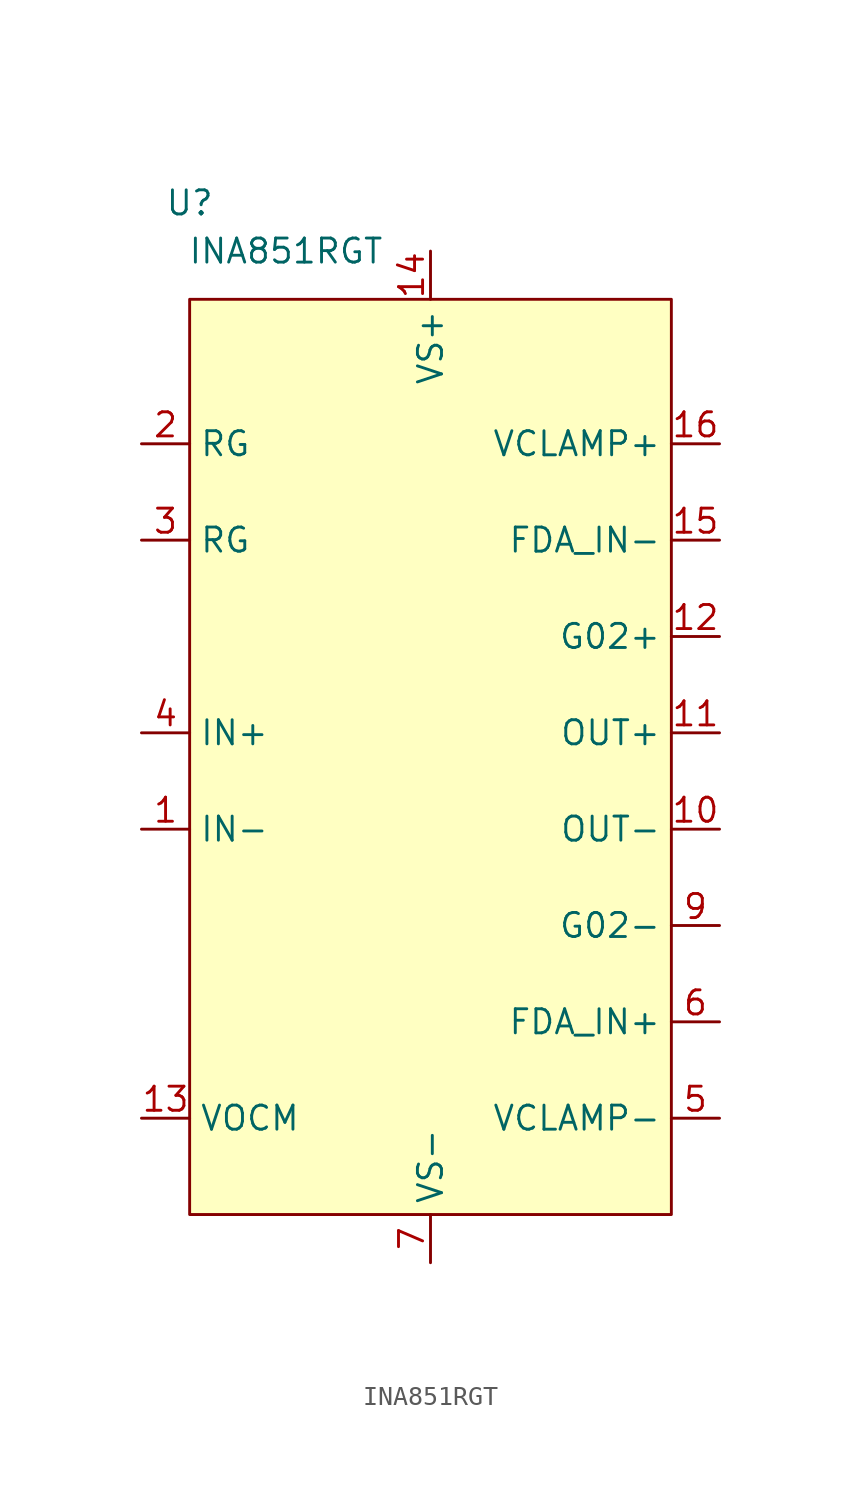
<source format=kicad_sym>
(kicad_symbol_lib
  (version 20231120)
  (generator "kicad_symbol_editor")
  (generator_version "8.0")
  (symbol "INA851RGT"
    (property "Reference" "U"
      (at -12.7 30.48 0)
      (effects (font (size 1.27 1.27))))
    (property "Value" "INA851RGT"
      (at -7.62 27.94 0)
      (effects (font (size 1.27 1.27))))
    (symbol "INA851RGT_0_0"
      (pin input line (at -15.24 -2.54 0) (length 2.54) (name "IN-" (effects (font (size 1.27 1.27)))) (number "1" (effects (font (size 1.27 1.27)))))
      (pin output line (at 15.24 -2.54 180) (length 2.54) (name "OUT-" (effects (font (size 1.27 1.27)))) (number "10" (effects (font (size 1.27 1.27)))))
      (pin output line (at 15.24 2.54 180) (length 2.54) (name "OUT+" (effects (font (size 1.27 1.27)))) (number "11" (effects (font (size 1.27 1.27)))))
      (pin passive line (at 15.24 7.62 180) (length 2.54) (name "G02+" (effects (font (size 1.27 1.27)))) (number "12" (effects (font (size 1.27 1.27)))))
      (pin input line (at -15.24 -17.78 0) (length 2.54) (name "VOCM" (effects (font (size 1.27 1.27)))) (number "13" (effects (font (size 1.27 1.27)))))
      (pin power_in line (at 0 27.94 270) (length 2.54) (name "VS+" (effects (font (size 1.27 1.27)))) (number "14" (effects (font (size 1.27 1.27)))))
      (pin input line (at 15.24 12.7 180) (length 2.54) (name "FDA_IN-" (effects (font (size 1.27 1.27)))) (number "15" (effects (font (size 1.27 1.27)))))
      (pin input line (at 15.24 17.78 180) (length 2.54) (name "VCLAMP+" (effects (font (size 1.27 1.27)))) (number "16" (effects (font (size 1.27 1.27)))))
      (pin passive line (at 0 -25.4 90) (length 2.54) hide (name "EP" (effects (font (size 1.27 1.27)))) (number "17" (effects (font (size 1.27 1.27)))))
      (pin passive line (at -15.24 17.78 0) (length 2.54) (name "RG" (effects (font (size 1.27 1.27)))) (number "2" (effects (font (size 1.27 1.27)))))
      (pin passive line (at -15.24 12.7 0) (length 2.54) (name "RG" (effects (font (size 1.27 1.27)))) (number "3" (effects (font (size 1.27 1.27)))))
      (pin input line (at -15.24 2.54 0) (length 2.54) (name "IN+" (effects (font (size 1.27 1.27)))) (number "4" (effects (font (size 1.27 1.27)))))
      (pin input line (at 15.24 -17.78 180) (length 2.54) (name "VCLAMP-" (effects (font (size 1.27 1.27)))) (number "5" (effects (font (size 1.27 1.27)))))
      (pin input line (at 15.24 -12.7 180) (length 2.54) (name "FDA_IN+" (effects (font (size 1.27 1.27)))) (number "6" (effects (font (size 1.27 1.27)))))
      (pin power_in line (at 0 -25.4 90) (length 2.54) (name "VS-" (effects (font (size 1.27 1.27)))) (number "7" (effects (font (size 1.27 1.27)))))
      (pin no_connect line (at -5.08 -22.86 90) (length 2.54) hide (name "NC" (effects (font (size 1.27 1.27)))) (number "8" (effects (font (size 1.27 1.27)))))
      (pin passive line (at 15.24 -7.62 180) (length 2.54) (name "G02-" (effects (font (size 1.27 1.27)))) (number "9" (effects (font (size 1.27 1.27))))))
    (symbol "INA851RGT_1_1"
      (rectangle (start -12.7 25.4) (end 12.7 -22.86) (stroke (width 0) (type default)) (fill (type background))))))
</source>
